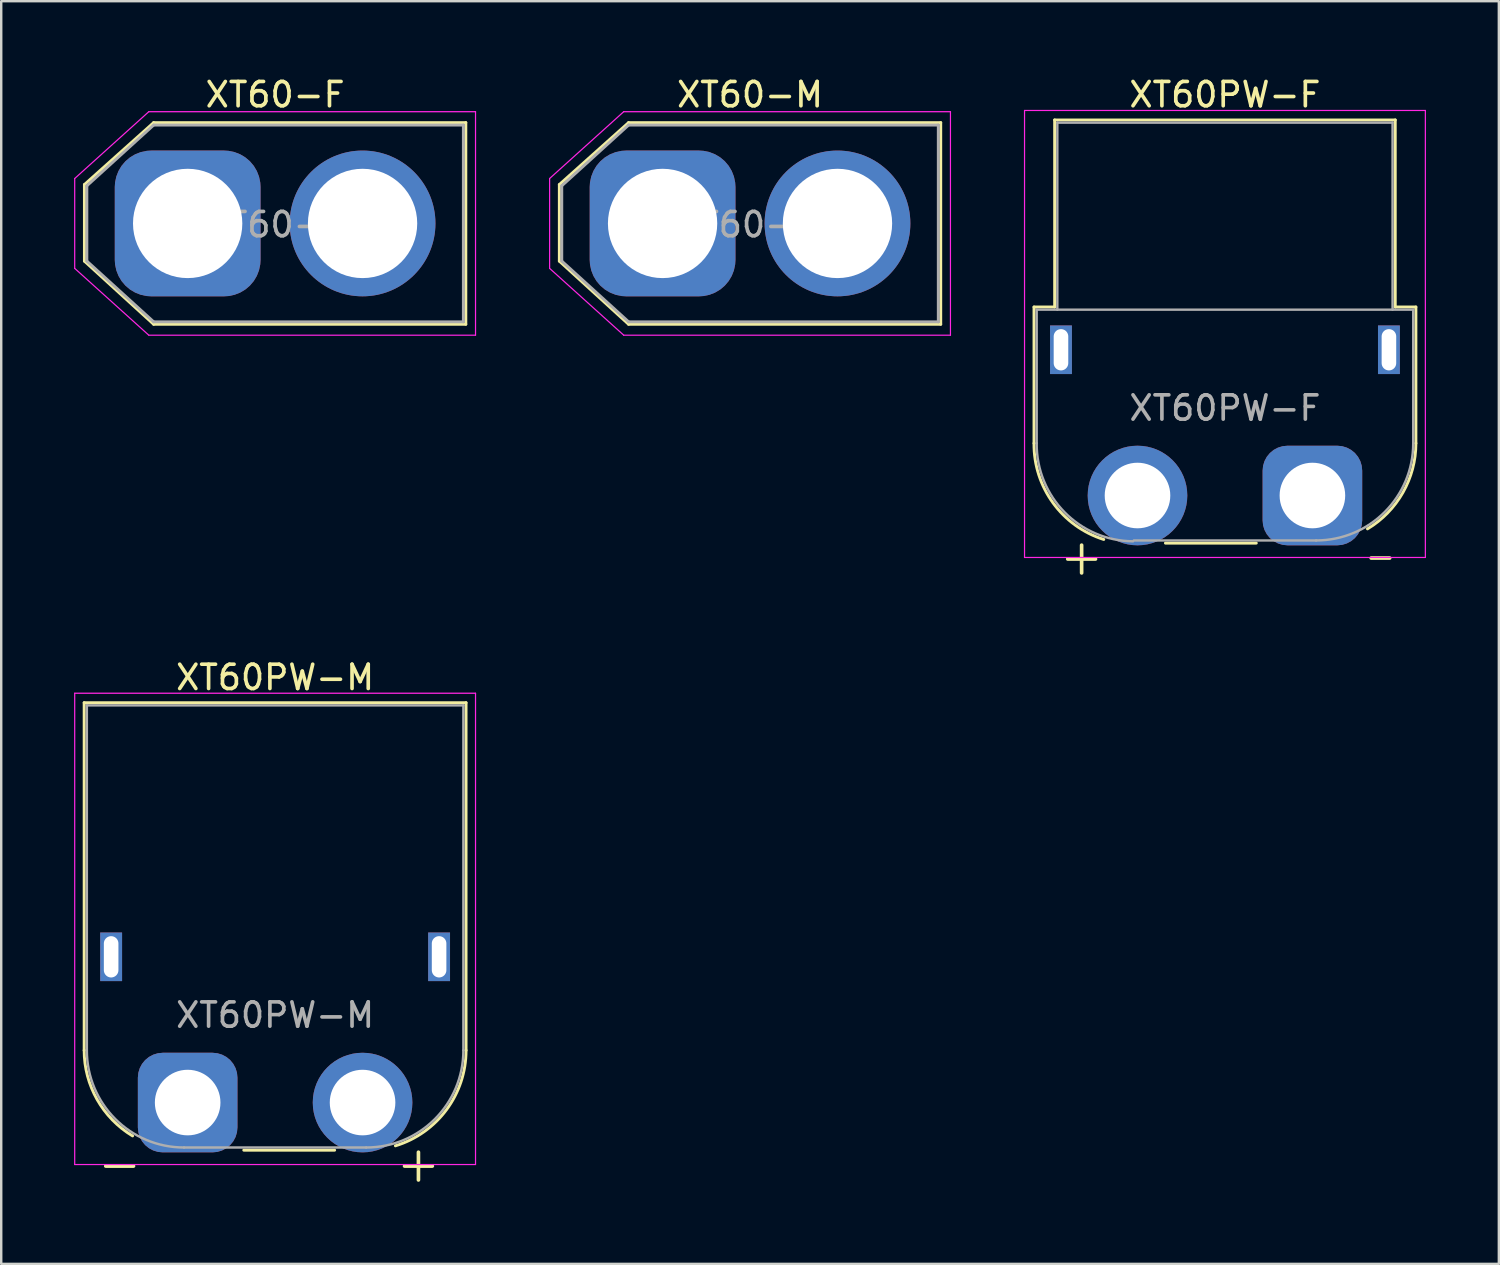
<source format=kicad_pcb>
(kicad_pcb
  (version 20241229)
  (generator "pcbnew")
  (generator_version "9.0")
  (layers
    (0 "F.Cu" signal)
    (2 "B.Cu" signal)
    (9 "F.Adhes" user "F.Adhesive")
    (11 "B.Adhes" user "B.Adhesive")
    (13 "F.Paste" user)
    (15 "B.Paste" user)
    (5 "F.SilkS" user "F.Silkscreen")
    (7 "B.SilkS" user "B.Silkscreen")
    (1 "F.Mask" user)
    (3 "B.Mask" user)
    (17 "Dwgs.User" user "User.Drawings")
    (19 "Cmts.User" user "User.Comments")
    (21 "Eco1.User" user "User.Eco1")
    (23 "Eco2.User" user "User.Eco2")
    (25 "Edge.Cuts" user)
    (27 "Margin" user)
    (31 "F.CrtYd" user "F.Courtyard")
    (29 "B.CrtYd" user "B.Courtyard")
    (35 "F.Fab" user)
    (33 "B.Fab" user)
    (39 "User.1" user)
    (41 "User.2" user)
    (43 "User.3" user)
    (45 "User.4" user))
  (footprint "XT60-M"
    (layer "F.Cu")
    (at 24.225 6.148)
    (property "Reference" "XT60-M" (at 3.6 -5.3 180) (layer "F.SilkS") (effects (font (size 1 1) (thickness 0.15))))
    (attr through_hole)
    (fp_line (start -4.25 -1.6) (end -4.25 1.55) (stroke (width 0.12) (type solid)) (layer "F.SilkS"))
    (fp_line (start -4.25 1.55) (end -1.4 4.15) (stroke (width 0.12) (type solid)) (layer "F.SilkS"))
    (fp_line (start -1.4 -4.15) (end -4.25 -1.6) (stroke (width 0.12) (type solid)) (layer "F.SilkS"))
    (fp_line (start -1.4 4.15) (end 11.45 4.15) (stroke (width 0.12) (type solid)) (layer "F.SilkS"))
    (fp_line (start 11.45 -4.15) (end -1.4 -4.15) (stroke (width 0.12) (type solid)) (layer "F.SilkS"))
    (fp_line (start 11.45 4.15) (end 11.45 -4.15) (stroke (width 0.12) (type solid)) (layer "F.SilkS"))
    (fp_line (start -4.65 -1.85) (end -1.6 -4.6) (stroke (width 0.05) (type solid)) (layer "F.CrtYd"))
    (fp_line (start -4.65 1.85) (end -4.65 -1.85) (stroke (width 0.05) (type solid)) (layer "F.CrtYd"))
    (fp_line (start -1.6 -4.6) (end 11.85 -4.6) (stroke (width 0.05) (type solid)) (layer "F.CrtYd"))
    (fp_line (start -1.6 4.6) (end -4.65 1.85) (stroke (width 0.05) (type solid)) (layer "F.CrtYd"))
    (fp_line (start 11.85 -4.6) (end 11.85 4.6) (stroke (width 0.05) (type solid)) (layer "F.CrtYd"))
    (fp_line (start 11.85 4.6) (end -1.6 4.6) (stroke (width 0.05) (type solid)) (layer "F.CrtYd"))
    (fp_line (start -4.15 -1.55) (end -4.15 1.55) (stroke (width 0.12) (type solid)) (layer "F.Fab"))
    (fp_line (start -4.15 1.55) (end -1.4 4.05) (stroke (width 0.12) (type solid)) (layer "F.Fab"))
    (fp_line (start -1.4 -4.05) (end -4.15 -1.55) (stroke (width 0.12) (type solid)) (layer "F.Fab"))
    (fp_line (start -1.4 4.05) (end 11.35 4.05) (stroke (width 0.12) (type solid)) (layer "F.Fab"))
    (fp_line (start 11.35 -4.05) (end -1.4 -4.05) (stroke (width 0.12) (type solid)) (layer "F.Fab"))
    (fp_line (start 11.35 4.05) (end 11.35 -4.05) (stroke (width 0.12) (type solid)) (layer "F.Fab"))
    (fp_text user "${REFERENCE}" (at 3.6 0.05 0) (layer "F.Fab") (effects (font (size 1 1) (thickness 0.15))))
    (pad "1" thru_hole roundrect (at 0 0) (size 6 6) (drill 4.5) (layers "*.Cu" "*.Mask") (remove_unused_layers yes) (keep_end_layers yes) (zone_layer_connections) (roundrect_rratio 0.25))
    (pad "2" thru_hole circle (at 7.2 0) (size 6 6) (drill 4.5) (layers "*.Cu" "*.Mask") (remove_unused_layers yes) (keep_end_layers yes) (zone_layer_connections)))
  (footprint "XT60PW-F"
    (layer "F.Cu")
    (at 50.975 17.348)
    (property "Reference" "XT60PW-F" (at -3.6 -16.5 0) (layer "F.SilkS") (effects (font (size 1 1) (thickness 0.15))))
    (attr through_hole)
    (fp_line (start -11.46 -7.76) (end -11.46 -2.15) (stroke (width 0.12) (type solid)) (layer "F.SilkS"))
    (fp_line (start -11.46 -7.76) (end -10.61 -7.76) (stroke (width 0.12) (type solid)) (layer "F.SilkS"))
    (fp_line (start -10.61 -15.46) (end -10.61 -7.76) (stroke (width 0.12) (type solid)) (layer "F.SilkS"))
    (fp_line (start -10.61 -15.46) (end 3.41 -15.46) (stroke (width 0.12) (type solid)) (layer "F.SilkS"))
    (fp_line (start -6.05 1.96) (end -2.31 1.96) (stroke (width 0.12) (type solid)) (layer "F.SilkS"))
    (fp_line (start 3.41 -15.46) (end 3.41 -7.76) (stroke (width 0.12) (type solid)) (layer "F.SilkS"))
    (fp_line (start 3.41 -7.76) (end 4.26 -7.76) (stroke (width 0.12) (type solid)) (layer "F.SilkS"))
    (fp_line (start 4.26 -7.76) (end 4.26 -2.15) (stroke (width 0.12) (type solid)) (layer "F.SilkS"))
    (fp_arc (start -8.5899 1.808718) (mid -10.677645 0.302568) (end -11.46 -2.15) (stroke (width 0.12) (type solid)) (layer "F.SilkS"))
    (fp_arc (start 4.26 -2.15) (mid 3.727162 -0.126139) (end 2.266806 1.372958) (stroke (width 0.12) (type solid)) (layer "F.SilkS"))
    (fp_line (start -11.85 -15.85) (end -11.85 2.55) (stroke (width 0.05) (type solid)) (layer "F.CrtYd"))
    (fp_line (start -11.85 -15.85) (end 4.65 -15.85) (stroke (width 0.05) (type solid)) (layer "F.CrtYd"))
    (fp_line (start 4.65 2.55) (end -11.85 2.55) (stroke (width 0.05) (type solid)) (layer "F.CrtYd"))
    (fp_line (start 4.65 2.55) (end 4.65 -15.85) (stroke (width 0.05) (type solid)) (layer "F.CrtYd"))
    (fp_line (start -11.35 -7.65) (end -11.35 -2.15) (stroke (width 0.1) (type solid)) (layer "F.Fab"))
    (fp_line (start -11.35 -7.65) (end 4.15 -7.65) (stroke (width 0.1) (type solid)) (layer "F.Fab"))
    (fp_line (start -10.5 -15.35) (end 3.3 -15.35) (stroke (width 0.1) (type solid)) (layer "F.Fab"))
    (fp_line (start -10.5 -7.65) (end -10.5 -15.35) (stroke (width 0.1) (type solid)) (layer "F.Fab"))
    (fp_line (start -7.35 1.85) (end 0.15 1.85) (stroke (width 0.1) (type solid)) (layer "F.Fab"))
    (fp_line (start 3.3 -7.65) (end 3.3 -15.35) (stroke (width 0.1) (type solid)) (layer "F.Fab"))
    (fp_line (start 4.15 -7.65) (end 4.15 -2.15) (stroke (width 0.1) (type solid)) (layer "F.Fab"))
    (fp_arc (start -7.385 1.885) (mid -10.203176 0.688678) (end -11.35 -2.15) (stroke (width 0.1) (type solid)) (layer "F.Fab"))
    (fp_arc (start 4.15 -2.15) (mid 2.978427 0.678427) (end 0.15 1.85) (stroke (width 0.1) (type solid)) (layer "F.Fab"))
    (fp_text user "-" (at 2.8 2.5 0) (layer "F.SilkS") (effects (font (size 1 1) (thickness 0.15))))
    (fp_text user "+" (at -9.5 2.5 0) (layer "F.SilkS") (effects (font (size 1.5 1.5) (thickness 0.15))))
    (fp_text user "${REFERENCE}" (at -3.6 -3.6 0) (layer "F.Fab") (effects (font (size 1 1) (thickness 0.15))))
    (pad "" thru_hole rect (at -10.35 -6) (size 0.9 2) (drill oval 0.6 1.7) (layers "*.Cu" "*.Mask") (remove_unused_layers yes) (keep_end_layers yes) (zone_layer_connections))
    (pad "" thru_hole rect (at 3.15 -6) (size 0.9 2) (drill oval 0.6 1.7) (layers "*.Cu" "*.Mask") (remove_unused_layers yes) (keep_end_layers yes) (zone_layer_connections))
    (pad "1" thru_hole roundrect (at 0 0) (size 4.1 4.1) (drill 2.7) (layers "*.Cu" "*.Mask") (remove_unused_layers yes) (keep_end_layers yes) (zone_layer_connections) (roundrect_rratio 0.25))
    (pad "2" thru_hole circle (at -7.2 0) (size 4.1 4.1) (drill 2.7) (layers "*.Cu" "*.Mask") (remove_unused_layers yes) (keep_end_layers yes) (zone_layer_connections)))
  (footprint "XT60PW-M"
    (layer "F.Cu")
    (at 4.675 42.337)
    (property "Reference" "XT60PW-M" (at 3.6 -17.5 0) (layer "F.SilkS") (effects (font (size 1 1) (thickness 0.15))))
    (attr through_hole)
    (fp_line (start -4.26 -16.46) (end -4.26 -2.15) (stroke (width 0.12) (type solid)) (layer "F.SilkS"))
    (fp_line (start -4.26 -16.46) (end 11.46 -16.46) (stroke (width 0.12) (type solid)) (layer "F.SilkS"))
    (fp_line (start 2.31 1.96) (end 6.05 1.96) (stroke (width 0.12) (type solid)) (layer "F.SilkS"))
    (fp_line (start 11.46 -16.46) (end 11.46 -2.15) (stroke (width 0.12) (type solid)) (layer "F.SilkS"))
    (fp_arc (start -2.266806 1.372958) (mid -3.727162 -0.126139) (end -4.26 -2.15) (stroke (width 0.12) (type solid)) (layer "F.SilkS"))
    (fp_arc (start 11.46 -2.15) (mid 10.653852 0.294722) (end 8.551648 1.780413) (stroke (width 0.12) (type solid)) (layer "F.SilkS"))
    (fp_line (start -4.65 -16.85) (end -4.65 2.55) (stroke (width 0.05) (type solid)) (layer "F.CrtYd"))
    (fp_line (start -4.65 -16.85) (end 11.85 -16.85) (stroke (width 0.05) (type solid)) (layer "F.CrtYd"))
    (fp_line (start 11.85 -16.85) (end 11.85 2.55) (stroke (width 0.05) (type solid)) (layer "F.CrtYd"))
    (fp_line (start 11.85 2.55) (end -4.65 2.55) (stroke (width 0.05) (type solid)) (layer "F.CrtYd"))
    (fp_line (start -4.15 -16.35) (end -4.15 -2.15) (stroke (width 0.1) (type solid)) (layer "F.Fab"))
    (fp_line (start -4.15 -16.35) (end 11.35 -16.35) (stroke (width 0.1) (type solid)) (layer "F.Fab"))
    (fp_line (start -0.15 1.85) (end 7.35 1.85) (stroke (width 0.1) (type solid)) (layer "F.Fab"))
    (fp_line (start 11.35 -16.35) (end 11.35 -2.15) (stroke (width 0.1) (type solid)) (layer "F.Fab"))
    (fp_arc (start -0.15 1.85) (mid -2.978427 0.678427) (end -4.15 -2.15) (stroke (width 0.1) (type solid)) (layer "F.Fab"))
    (fp_arc (start 11.35 -2.15) (mid 10.178427 0.678427) (end 7.35 1.85) (stroke (width 0.1) (type solid)) (layer "F.Fab"))
    (fp_text user "-" (at -2.8 2.5 0) (layer "F.SilkS") (effects (font (size 1.5 1.5) (thickness 0.15))))
    (fp_text user "+" (at 9.5 2.5 0) (layer "F.SilkS") (effects (font (size 1.5 1.5) (thickness 0.15))))
    (fp_text user "${REFERENCE}" (at 3.6 -3.6 0) (layer "F.Fab") (effects (font (size 1 1) (thickness 0.15))))
    (pad "" thru_hole rect (at -3.15 -6) (size 0.9 2) (drill oval 0.6 1.7) (layers "*.Cu" "*.Mask") (remove_unused_layers yes) (keep_end_layers yes) (zone_layer_connections))
    (pad "" thru_hole rect (at 10.35 -6) (size 0.9 2) (drill oval 0.6 1.7) (layers "*.Cu" "*.Mask") (remove_unused_layers yes) (keep_end_layers yes) (zone_layer_connections))
    (pad "1" thru_hole roundrect (at 0 0) (size 4.1 4.1) (drill 2.7) (layers "*.Cu" "*.Mask") (remove_unused_layers yes) (keep_end_layers yes) (zone_layer_connections) (roundrect_rratio 0.25))
    (pad "2" thru_hole circle (at 7.2 0) (size 4.1 4.1) (drill 2.7) (layers "*.Cu" "*.Mask") (remove_unused_layers yes) (keep_end_layers yes) (zone_layer_connections)))
  (footprint "XT60-F"
    (layer "F.Cu")
    (at 4.675 6.148)
    (property "Reference" "XT60-F" (at 3.6 -5.3 180) (layer "F.SilkS") (effects (font (size 1 1) (thickness 0.15))))
    (attr through_hole)
    (fp_line (start -4.25 -1.6) (end -4.25 1.55) (stroke (width 0.12) (type solid)) (layer "F.SilkS"))
    (fp_line (start -4.25 1.55) (end -1.4 4.15) (stroke (width 0.12) (type solid)) (layer "F.SilkS"))
    (fp_line (start -1.4 -4.15) (end -4.25 -1.6) (stroke (width 0.12) (type solid)) (layer "F.SilkS"))
    (fp_line (start -1.4 4.15) (end 11.45 4.15) (stroke (width 0.12) (type solid)) (layer "F.SilkS"))
    (fp_line (start 11.45 -4.15) (end -1.4 -4.15) (stroke (width 0.12) (type solid)) (layer "F.SilkS"))
    (fp_line (start 11.45 4.15) (end 11.45 -4.15) (stroke (width 0.12) (type solid)) (layer "F.SilkS"))
    (fp_line (start -4.65 -1.85) (end -1.6 -4.6) (stroke (width 0.05) (type solid)) (layer "F.CrtYd"))
    (fp_line (start -4.65 1.85) (end -4.65 -1.85) (stroke (width 0.05) (type solid)) (layer "F.CrtYd"))
    (fp_line (start -1.6 -4.6) (end 11.85 -4.6) (stroke (width 0.05) (type solid)) (layer "F.CrtYd"))
    (fp_line (start -1.6 4.6) (end -4.65 1.85) (stroke (width 0.05) (type solid)) (layer "F.CrtYd"))
    (fp_line (start 11.85 -4.6) (end 11.85 4.6) (stroke (width 0.05) (type solid)) (layer "F.CrtYd"))
    (fp_line (start 11.85 4.6) (end -1.6 4.6) (stroke (width 0.05) (type solid)) (layer "F.CrtYd"))
    (fp_line (start -4.15 -1.55) (end -4.15 1.55) (stroke (width 0.12) (type solid)) (layer "F.Fab"))
    (fp_line (start -4.15 1.55) (end -1.4 4.05) (stroke (width 0.12) (type solid)) (layer "F.Fab"))
    (fp_line (start -1.4 -4.05) (end -4.15 -1.55) (stroke (width 0.12) (type solid)) (layer "F.Fab"))
    (fp_line (start -1.4 4.05) (end 11.35 4.05) (stroke (width 0.12) (type solid)) (layer "F.Fab"))
    (fp_line (start 11.35 -4.05) (end -1.4 -4.05) (stroke (width 0.12) (type solid)) (layer "F.Fab"))
    (fp_line (start 11.35 4.05) (end 11.35 -4.05) (stroke (width 0.12) (type solid)) (layer "F.Fab"))
    (fp_text user "${REFERENCE}" (at 3.6 0.05 0) (layer "F.Fab") (effects (font (size 1 1) (thickness 0.15))))
    (pad "1" thru_hole roundrect (at 0 0) (size 6 6) (drill 4.5) (layers "*.Cu" "*.Mask") (remove_unused_layers yes) (keep_end_layers yes) (zone_layer_connections) (roundrect_rratio 0.25))
    (pad "2" thru_hole circle (at 7.2 0) (size 6 6) (drill 4.5) (layers "*.Cu" "*.Mask") (remove_unused_layers yes) (keep_end_layers yes) (zone_layer_connections)))
  (gr_rect
    (start -3 -3)
    (end 58.65 48.978)
    (stroke (width 0.1) (type default))
    (fill no)
    (layer "Edge.Cuts")))
</source>
